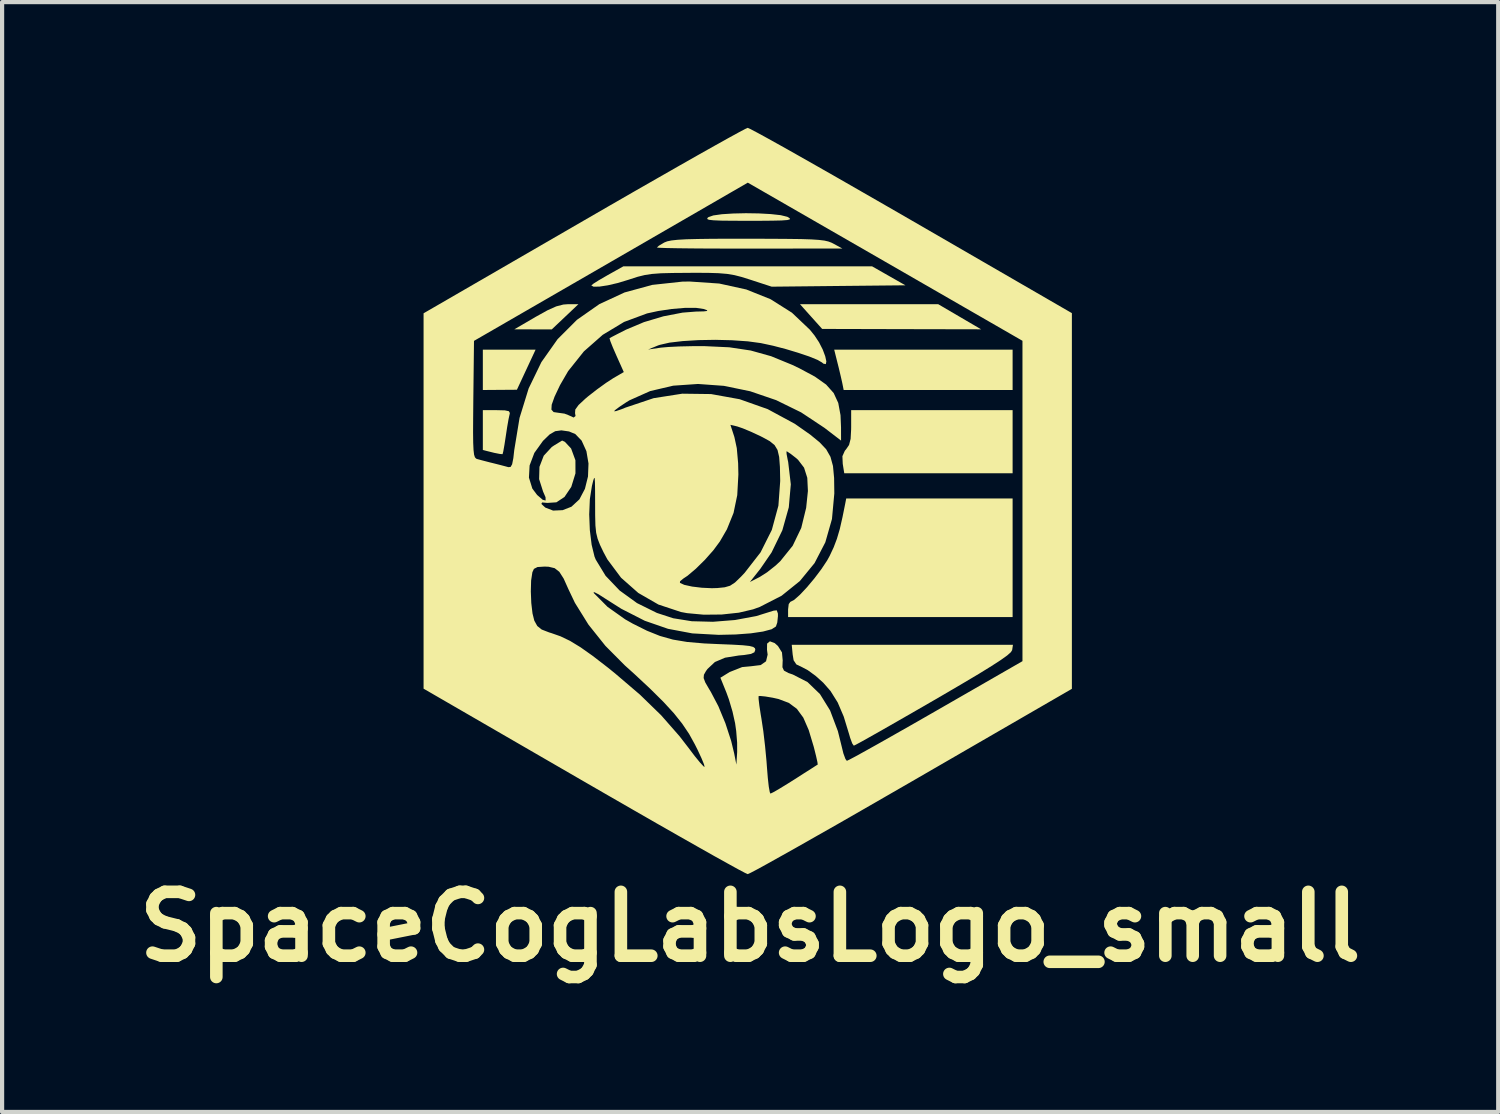
<source format=kicad_pcb>
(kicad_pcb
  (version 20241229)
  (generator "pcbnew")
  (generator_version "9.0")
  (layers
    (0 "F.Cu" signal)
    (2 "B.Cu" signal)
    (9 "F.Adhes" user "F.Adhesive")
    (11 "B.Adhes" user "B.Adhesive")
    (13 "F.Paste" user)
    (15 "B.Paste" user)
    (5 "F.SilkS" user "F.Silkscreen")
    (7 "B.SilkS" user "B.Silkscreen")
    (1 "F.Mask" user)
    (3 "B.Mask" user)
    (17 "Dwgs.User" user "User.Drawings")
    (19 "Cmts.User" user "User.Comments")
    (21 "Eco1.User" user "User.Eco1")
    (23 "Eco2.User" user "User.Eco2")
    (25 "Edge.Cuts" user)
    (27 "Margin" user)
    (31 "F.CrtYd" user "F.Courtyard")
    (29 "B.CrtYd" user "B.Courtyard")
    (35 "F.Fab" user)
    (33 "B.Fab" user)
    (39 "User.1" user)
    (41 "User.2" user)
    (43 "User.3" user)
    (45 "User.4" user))
  (footprint "SpaceCogLabsLogo_small"
    (layer "F.Cu")
    (at 14.79 8.903)
    (property "Reference" "SpaceCogLabsLogo_small" (at 0.058 10.16 0) (layer "F.SilkS") (effects (font (size 1.524 1.524) (thickness 0.3))))
    (attr board_only exclude_from_pos_files exclude_from_bom)
    (fp_poly (pts (xy -5.507 -2.654) (xy -5.914 -2.651) (xy -6.32 -2.648) (xy -6.32 -3.611) (xy -5.061 -3.611)) (stroke (width 0) (type solid)) (fill yes) (layer "F.SilkS"))
    (fp_poly (pts (xy 5.568 -4.096) (xy 3.672 -4.1) (xy 1.776 -4.105) (xy 1.511 -4.4) (xy 1.247 -4.695) (xy 4.545 -4.695)) (stroke (width 0) (type solid)) (fill yes) (layer "F.SilkS"))
    (fp_poly (pts (xy -4.676 -4.093) (xy -5.568 -4.096) (xy -5.056 -4.395) (xy -4.779 -4.549) (xy -4.569 -4.643) (xy -4.399 -4.687) (xy -4.293 -4.695) (xy -4.04 -4.695)) (stroke (width 0) (type solid)) (fill yes) (layer "F.SilkS"))
    (fp_poly (pts (xy 6.32 -2.648) (xy 2.289 -2.648) (xy 2.256 -2.814) (xy 2.221 -2.969) (xy 2.171 -3.18) (xy 2.142 -3.295) (xy 2.063 -3.611) (xy 6.32 -3.611)) (stroke (width 0) (type solid)) (fill yes) (layer "F.SilkS"))
    (fp_poly (pts (xy 6.32 -0.662) (xy 2.303 -0.662) (xy 2.267 -0.886) (xy 2.259 -1.068) (xy 2.317 -1.198) (xy 2.349 -1.236) (xy 2.418 -1.338) (xy 2.455 -1.482) (xy 2.467 -1.703) (xy 2.468 -1.764) (xy 2.468 -2.167) (xy 6.32 -2.167)) (stroke (width 0) (type solid)) (fill yes) (layer "F.SilkS"))
    (fp_poly (pts (xy -5.794 -2.162) (xy -5.699 -2.142) (xy -5.675 -2.099) (xy -5.683 -2.061) (xy -5.707 -1.95) (xy -5.74 -1.761) (xy -5.773 -1.543) (xy -5.805 -1.336) (xy -5.832 -1.184) (xy -5.849 -1.118) (xy -5.85 -1.117) (xy -5.914 -1.122) (xy -6.051 -1.149) (xy -6.094 -1.16) (xy -6.32 -1.216) (xy -6.32 -2.167) (xy -5.985 -2.167)) (stroke (width 0) (type solid)) (fill yes) (layer "F.SilkS"))
    (fp_poly (pts (xy 6.32 2.769) (xy 0.963 2.769) (xy 0.963 2.588) (xy 0.978 2.461) (xy 1.015 2.408) (xy 1.015 2.408) (xy 1.106 2.361) (xy 1.245 2.238) (xy 1.412 2.06) (xy 1.589 1.849) (xy 1.756 1.628) (xy 1.894 1.421) (xy 1.954 1.312) (xy 2.051 1.105) (xy 2.128 0.902) (xy 2.196 0.672) (xy 2.262 0.382) (xy 2.324 0.075) (xy 2.35 -0.06) (xy 6.32 -0.06)) (stroke (width 0) (type solid)) (fill yes) (layer "F.SilkS"))
    (fp_poly (pts (xy 0.266 -6.861) (xy 0.553 -6.845) (xy 0.787 -6.819) (xy 0.942 -6.781) (xy 0.963 -6.771) (xy 1.006 -6.741) (xy 1.003 -6.718) (xy 0.942 -6.703) (xy 0.808 -6.693) (xy 0.588 -6.688) (xy 0.27 -6.685) (xy 0.03 -6.685) (xy -0.354 -6.686) (xy -0.632 -6.689) (xy -0.818 -6.697) (xy -0.925 -6.709) (xy -0.967 -6.728) (xy -0.958 -6.755) (xy -0.936 -6.773) (xy -0.821 -6.813) (xy -0.615 -6.842) (xy -0.346 -6.859) (xy -0.043 -6.866)) (stroke (width 0) (type solid)) (fill yes) (layer "F.SilkS"))
    (fp_poly (pts (xy 0.012 -6.257) (xy 0.533 -6.256) (xy 0.948 -6.253) (xy 1.271 -6.249) (xy 1.516 -6.241) (xy 1.697 -6.229) (xy 1.829 -6.213) (xy 1.924 -6.191) (xy 1.999 -6.163) (xy 2.046 -6.139) (xy 2.257 -6.024) (xy 0.045 -6.021) (xy -0.457 -6.022) (xy -0.92 -6.023) (xy -1.329 -6.026) (xy -1.672 -6.03) (xy -1.934 -6.035) (xy -2.104 -6.041) (xy -2.167 -6.047) (xy -2.167 -6.048) (xy -2.119 -6.091) (xy -2.003 -6.16) (xy -1.989 -6.168) (xy -1.92 -6.195) (xy -1.819 -6.216) (xy -1.672 -6.232) (xy -1.468 -6.244) (xy -1.192 -6.251) (xy -0.831 -6.256) (xy -0.372 -6.257)) (stroke (width 0) (type solid)) (fill yes) (layer "F.SilkS"))
    (fp_poly (pts (xy 3.365 -5.372) (xy 3.762 -5.146) (xy 2.167 -5.13) (xy 0.572 -5.113) (xy 0.06 -5.28) (xy -0.143 -5.344) (xy -0.318 -5.389) (xy -0.493 -5.418) (xy -0.696 -5.435) (xy -0.955 -5.443) (xy -1.298 -5.444) (xy -1.414 -5.443) (xy -1.788 -5.44) (xy -2.069 -5.433) (xy -2.284 -5.417) (xy -2.461 -5.39) (xy -2.627 -5.349) (xy -2.81 -5.29) (xy -2.846 -5.278) (xy -3.096 -5.202) (xy -3.336 -5.146) (xy -3.539 -5.115) (xy -3.68 -5.113) (xy -3.732 -5.143) (xy -3.683 -5.184) (xy -3.555 -5.265) (xy -3.374 -5.37) (xy -3.35 -5.384) (xy -2.968 -5.598) (xy 2.968 -5.598)) (stroke (width 0) (type solid)) (fill yes) (layer "F.SilkS"))
    (fp_poly (pts (xy 6.309 3.558) (xy 6.278 3.608) (xy 6.191 3.685) (xy 6.04 3.793) (xy 5.818 3.937) (xy 5.517 4.123) (xy 5.128 4.354) (xy 4.645 4.637) (xy 4.43 4.762) (xy 4 5.01) (xy 3.603 5.238) (xy 3.25 5.44) (xy 2.955 5.607) (xy 2.729 5.734) (xy 2.583 5.813) (xy 2.531 5.838) (xy 2.494 5.786) (xy 2.445 5.654) (xy 2.423 5.578) (xy 2.291 5.145) (xy 2.146 4.806) (xy 1.974 4.532) (xy 1.802 4.336) (xy 1.619 4.172) (xy 1.433 4.037) (xy 1.301 3.967) (xy 1.16 3.899) (xy 1.095 3.801) (xy 1.072 3.661) (xy 1.05 3.431) (xy 6.328 3.431)) (stroke (width 0) (type solid)) (fill yes) (layer "F.SilkS"))
    (fp_poly (pts (xy 0.066 -8.873) (xy 0.227 -8.788) (xy 0.476 -8.652) (xy 0.803 -8.47) (xy 1.201 -8.246) (xy 1.661 -7.985) (xy 2.175 -7.692) (xy 2.734 -7.371) (xy 3.331 -7.028) (xy 3.912 -6.693) (xy 7.734 -4.482) (xy 7.734 4.482) (xy 3.912 6.693) (xy 3.289 7.052) (xy 2.695 7.394) (xy 2.139 7.713) (xy 1.628 8.003) (xy 1.172 8.262) (xy 0.778 8.483) (xy 0.456 8.663) (xy 0.213 8.796) (xy 0.058 8.877) (xy 0 8.903) (xy -0.066 8.873) (xy -0.227 8.788) (xy -0.475 8.651) (xy -0.803 8.469) (xy -1.201 8.244) (xy -1.661 7.983) (xy -2.175 7.69) (xy -2.734 7.369) (xy -3.33 7.026) (xy -3.912 6.69) (xy -7.734 4.478) (xy -7.734 2.158) (xy -5.175 2.158) (xy -5.164 2.435) (xy -5.135 2.683) (xy -5.092 2.855) (xy -5.021 2.983) (xy -4.916 3.067) (xy -4.738 3.136) (xy -4.685 3.152) (xy -4.466 3.229) (xy -4.239 3.338) (xy -3.988 3.491) (xy -3.694 3.699) (xy -3.338 3.974) (xy -3.166 4.113) (xy -2.571 4.621) (xy -2.066 5.112) (xy -1.629 5.61) (xy -1.415 5.887) (xy -1.263 6.088) (xy -1.136 6.243) (xy -1.053 6.332) (xy -1.029 6.346) (xy -1.043 6.284) (xy -1.102 6.14) (xy -1.195 5.939) (xy -1.263 5.804) (xy -1.4 5.556) (xy -1.563 5.314) (xy -1.762 5.064) (xy -2.012 4.792) (xy -2.325 4.482) (xy -2.713 4.12) (xy -2.932 3.923) (xy -3.395 3.457) (xy -3.8 2.95) (xy -4.123 2.43) (xy -4.277 2.107) (xy -4.392 1.851) (xy -4.495 1.69) (xy -4.607 1.603) (xy -4.75 1.569) (xy -4.848 1.565) (xy -5.016 1.576) (xy -5.101 1.62) (xy -5.138 1.7) (xy -5.168 1.898) (xy -5.175 2.158) (xy -7.734 2.158) (xy -7.734 -0.558) (xy -5.22 -0.558) (xy -5.139 -0.296) (xy -5.025 -0.144) (xy -4.891 -0.028) (xy -4.822 -0.011) (xy -4.824 -0.09) (xy -4.882 -0.223) (xy -4.977 -0.521) (xy -4.969 -0.815) (xy -4.867 -1.08) (xy -4.675 -1.288) (xy -4.623 -1.323) (xy -4.428 -1.442) (xy -4.362 -1.411) (xy -4.216 -1.254) (xy -4.212 -1.247) (xy -4.111 -0.972) (xy -4.11 -0.659) (xy -4.209 -0.339) (xy -4.214 -0.33) (xy -4.372 -0.096) (xy -4.565 0.032) (xy -4.781 0.046) (xy -4.907 0.035) (xy -4.923 0.071) (xy -4.83 0.157) (xy -4.644 0.229) (xy -4.416 0.219) (xy -4.206 0.137) (xy -4.016 -0.039) (xy -3.884 -0.29) (xy -3.811 -0.585) (xy -3.799 -0.895) (xy -3.849 -1.189) (xy -3.963 -1.44) (xy -4.114 -1.597) (xy -4.263 -1.659) (xy -4.445 -1.685) (xy -4.447 -1.685) (xy -4.593 -1.665) (xy -4.726 -1.588) (xy -4.885 -1.434) (xy -5.091 -1.147) (xy -5.204 -0.848) (xy -5.22 -0.558) (xy -7.734 -0.558) (xy -7.734 -1.64) (xy -6.553 -1.64) (xy -6.55 -1.39) (xy -6.542 -1.217) (xy -6.529 -1.106) (xy -6.509 -1.043) (xy -6.48 -1.011) (xy -6.456 -1.001) (xy -6.334 -0.968) (xy -6.153 -0.921) (xy -6.079 -0.903) (xy -5.893 -0.856) (xy -5.746 -0.817) (xy -5.711 -0.807) (xy -5.658 -0.812) (xy -5.621 -0.876) (xy -5.592 -1.023) (xy -5.571 -1.21) (xy -5.444 -1.983) (xy -5.383 -2.18) (xy -4.684 -2.18) (xy -4.631 -2.121) (xy -4.529 -2.106) (xy -4.371 -2.084) (xy -4.273 -2.046) (xy -4.153 -1.991) (xy -4.108 -2.027) (xy -4.12 -2.098) (xy -4.114 -2.182) (xy -4.036 -2.29) (xy -3.874 -2.441) (xy -3.81 -2.495) (xy -3.596 -2.662) (xy -3.377 -2.82) (xy -3.211 -2.928) (xy -2.957 -3.076) (xy -3.135 -3.473) (xy -3.22 -3.668) (xy -3.278 -3.814) (xy -3.297 -3.882) (xy -3.297 -3.884) (xy -3.239 -3.916) (xy -3.102 -3.987) (xy -2.914 -4.082) (xy -2.898 -4.09) (xy -2.477 -4.267) (xy -2.012 -4.406) (xy -1.555 -4.494) (xy -1.239 -4.519) (xy -1.048 -4.524) (xy -0.964 -4.534) (xy -0.976 -4.554) (xy -1.053 -4.581) (xy -1.236 -4.608) (xy -1.501 -4.607) (xy -1.812 -4.581) (xy -2.135 -4.533) (xy -2.402 -4.475) (xy -2.95 -4.272) (xy -3.459 -3.965) (xy -3.909 -3.569) (xy -4.285 -3.098) (xy -4.478 -2.765) (xy -4.609 -2.488) (xy -4.677 -2.297) (xy -4.684 -2.18) (xy -5.383 -2.18) (xy -5.227 -2.685) (xy -4.923 -3.313) (xy -4.537 -3.86) (xy -4.075 -4.322) (xy -3.541 -4.696) (xy -2.94 -4.975) (xy -2.277 -5.156) (xy -1.556 -5.234) (xy -1.384 -5.236) (xy -0.68 -5.188) (xy -0.033 -5.046) (xy 0.547 -4.813) (xy 1.055 -4.492) (xy 1.483 -4.086) (xy 1.593 -3.95) (xy 1.702 -3.785) (xy 1.79 -3.612) (xy 1.849 -3.453) (xy 1.876 -3.33) (xy 1.863 -3.265) (xy 1.804 -3.277) (xy 1.773 -3.304) (xy 1.664 -3.367) (xy 1.465 -3.448) (xy 1.203 -3.536) (xy 0.908 -3.625) (xy 0.605 -3.704) (xy 0.322 -3.765) (xy 0.32 -3.766) (xy 0.002 -3.809) (xy -0.372 -3.835) (xy -0.775 -3.845) (xy -1.177 -3.838) (xy -1.55 -3.815) (xy -1.867 -3.778) (xy -2.098 -3.725) (xy -2.137 -3.712) (xy -2.377 -3.614) (xy -2.077 -3.658) (xy -1.896 -3.674) (xy -1.632 -3.687) (xy -1.32 -3.694) (xy -1.023 -3.694) (xy -0.441 -3.667) (xy 0.072 -3.59) (xy 0.558 -3.454) (xy 1.063 -3.247) (xy 1.234 -3.165) (xy 1.603 -2.967) (xy 1.87 -2.778) (xy 2.051 -2.575) (xy 2.16 -2.339) (xy 2.214 -2.047) (xy 2.226 -1.759) (xy 2.227 -1.441) (xy 1.832 -1.744) (xy 1.274 -2.114) (xy 0.678 -2.406) (xy 0.058 -2.618) (xy -0.568 -2.747) (xy -1.186 -2.792) (xy -1.778 -2.751) (xy -2.328 -2.622) (xy -2.821 -2.402) (xy -2.904 -2.351) (xy -3.06 -2.247) (xy -3.164 -2.169) (xy -3.19 -2.14) (xy -3.141 -2.145) (xy -3.015 -2.188) (xy -2.916 -2.228) (xy -2.245 -2.453) (xy -1.562 -2.56) (xy -0.875 -2.551) (xy -0.193 -2.428) (xy 0.477 -2.191) (xy 1.124 -1.841) (xy 1.489 -1.585) (xy 1.713 -1.402) (xy 1.871 -1.235) (xy 1.974 -1.054) (xy 2.034 -0.835) (xy 2.061 -0.549) (xy 2.066 -0.181) (xy 2.01 0.43) (xy 1.851 0.987) (xy 1.594 1.483) (xy 1.244 1.91) (xy 0.808 2.261) (xy 0.289 2.527) (xy 0.129 2.585) (xy -0.212 2.665) (xy -0.621 2.709) (xy -1.049 2.713) (xy -1.448 2.676) (xy -1.593 2.649) (xy -2.13 2.471) (xy -2.611 2.194) (xy -2.884 1.953) (xy -1.618 1.953) (xy -1.514 2.001) (xy -1.327 2.042) (xy -1.095 2.07) (xy -0.856 2.081) (xy -0.722 2.077) (xy -0.548 2.059) (xy -0.421 2.022) (xy -0.304 1.945) (xy -0.291 1.933) (xy 0.052 1.933) (xy 0.285 1.814) (xy 0.461 1.702) (xy 0.662 1.543) (xy 0.776 1.437) (xy 1.073 1.068) (xy 1.277 0.643) (xy 1.394 0.164) (xy 1.436 -0.239) (xy 1.421 -0.553) (xy 1.344 -0.795) (xy 1.201 -0.982) (xy 1.159 -1.02) (xy 1.027 -1.123) (xy 0.941 -1.18) (xy 0.925 -1.185) (xy 0.927 -1.123) (xy 0.953 -0.986) (xy 0.965 -0.931) (xy 1.028 -0.398) (xy 0.98 0.151) (xy 0.826 0.699) (xy 0.569 1.228) (xy 0.302 1.617) (xy 0.052 1.933) (xy -0.291 1.933) (xy -0.161 1.807) (xy -0.074 1.715) (xy 0.306 1.226) (xy 0.575 0.69) (xy 0.732 0.112) (xy 0.775 -0.477) (xy 0.768 -0.813) (xy 0.75 -1.051) (xy 0.711 -1.217) (xy 0.64 -1.334) (xy 0.526 -1.427) (xy 0.36 -1.518) (xy 0.301 -1.548) (xy 0.082 -1.65) (xy -0.117 -1.733) (xy -0.252 -1.779) (xy -0.413 -1.817) (xy -0.318 -1.525) (xy -0.261 -1.261) (xy -0.229 -0.903) (xy -0.223 -0.632) (xy -0.25 -0.139) (xy -0.338 0.284) (xy -0.497 0.677) (xy -0.665 0.967) (xy -0.819 1.175) (xy -1.02 1.402) (xy -1.237 1.616) (xy -1.436 1.784) (xy -1.535 1.85) (xy -1.614 1.915) (xy -1.618 1.953) (xy -2.884 1.953) (xy -3.022 1.831) (xy -3.349 1.393) (xy -3.441 1.222) (xy -3.525 1.046) (xy -3.581 0.902) (xy -3.616 0.759) (xy -3.634 0.584) (xy -3.64 0.347) (xy -3.641 0.068) (xy -3.642 -0.24) (xy -3.645 -0.438) (xy -3.651 -0.539) (xy -3.664 -0.551) (xy -3.686 -0.488) (xy -3.717 -0.36) (xy -3.718 -0.355) (xy -3.767 -0.042) (xy -3.782 0.321) (xy -3.767 0.697) (xy -3.724 1.045) (xy -3.655 1.328) (xy -3.626 1.399) (xy -3.391 1.785) (xy -3.056 2.136) (xy -2.642 2.436) (xy -2.167 2.671) (xy -1.778 2.798) (xy -1.335 2.869) (xy -0.83 2.882) (xy -0.303 2.84) (xy 0.204 2.746) (xy 0.617 2.617) (xy 0.693 2.609) (xy 0.72 2.685) (xy 0.721 2.747) (xy 0.705 2.9) (xy 0.673 2.994) (xy 0.571 3.06) (xy 0.365 3.115) (xy 0.073 3.158) (xy -0.29 3.185) (xy -0.692 3.194) (xy -1.323 3.159) (xy -1.902 3.05) (xy -2.456 2.858) (xy -3.016 2.572) (xy -3.401 2.328) (xy -3.56 2.226) (xy -3.659 2.176) (xy -3.68 2.185) (xy -3.672 2.197) (xy -3.346 2.525) (xy -2.924 2.824) (xy -2.744 2.926) (xy -2.403 3.096) (xy -2.094 3.22) (xy -1.785 3.307) (xy -1.444 3.364) (xy -1.037 3.399) (xy -0.707 3.414) (xy -0.361 3.428) (xy -0.118 3.442) (xy 0.041 3.459) (xy 0.131 3.482) (xy 0.172 3.513) (xy 0.181 3.55) (xy 0.159 3.61) (xy 0.078 3.649) (xy -0.086 3.675) (xy -0.211 3.686) (xy -0.541 3.739) (xy -0.783 3.842) (xy -0.96 4.008) (xy -0.998 4.061) (xy -1.045 4.145) (xy -1.052 4.224) (xy -1.013 4.329) (xy -0.918 4.493) (xy -0.879 4.557) (xy -0.701 4.896) (xy -0.533 5.302) (xy -0.395 5.725) (xy -0.323 6.024) (xy -0.271 6.29) (xy -0.252 5.991) (xy -0.253 5.762) (xy -0.275 5.488) (xy -0.301 5.304) (xy -0.363 5.025) (xy -0.451 4.728) (xy -0.454 4.721) (xy 0.259 4.721) (xy 0.277 4.876) (xy 0.31 5.093) (xy 0.327 5.193) (xy 0.372 5.492) (xy 0.414 5.85) (xy 0.448 6.208) (xy 0.458 6.345) (xy 0.479 6.606) (xy 0.502 6.814) (xy 0.526 6.947) (xy 0.542 6.982) (xy 0.607 6.951) (xy 0.75 6.869) (xy 0.948 6.748) (xy 1.12 6.64) (xy 1.341 6.498) (xy 1.521 6.384) (xy 1.637 6.309) (xy 1.67 6.289) (xy 1.663 6.231) (xy 1.631 6.087) (xy 1.581 5.887) (xy 1.575 5.864) (xy 1.455 5.465) (xy 1.326 5.169) (xy 1.172 4.959) (xy 0.98 4.817) (xy 0.735 4.725) (xy 0.597 4.694) (xy 0.417 4.664) (xy 0.293 4.652) (xy 0.259 4.656) (xy 0.259 4.721) (xy -0.454 4.721) (xy -0.51 4.567) (xy -0.652 4.217) (xy -0.431 4.081) (xy -0.133 3.963) (xy 0.079 3.943) (xy 0.308 3.915) (xy 0.437 3.825) (xy 0.475 3.666) (xy 0.46 3.551) (xy 0.462 3.403) (xy 0.529 3.348) (xy 0.644 3.391) (xy 0.721 3.46) (xy 0.817 3.613) (xy 0.835 3.809) (xy 0.833 3.827) (xy 0.828 3.967) (xy 0.865 4.047) (xy 0.97 4.104) (xy 1.077 4.141) (xy 1.426 4.32) (xy 1.723 4.606) (xy 1.965 4.997) (xy 2.151 5.491) (xy 2.235 5.829) (xy 2.282 6.021) (xy 2.331 6.155) (xy 2.365 6.2) (xy 2.428 6.17) (xy 2.583 6.088) (xy 2.82 5.957) (xy 3.126 5.786) (xy 3.49 5.58) (xy 3.902 5.346) (xy 4.349 5.09) (xy 4.487 5.011) (xy 6.555 3.822) (xy 6.555 0) (xy 6.555 -3.822) (xy 3.279 -5.709) (xy 0.002 -7.595) (xy -3.264 -5.707) (xy -6.531 -3.82) (xy -6.547 -2.426) (xy -6.551 -1.98) (xy -6.553 -1.64) (xy -7.734 -1.64) (xy -7.734 -4.478) (xy -3.912 -6.69) (xy -3.289 -7.05) (xy -2.695 -7.392) (xy -2.139 -7.71) (xy -1.628 -8.002) (xy -1.172 -8.261) (xy -0.779 -8.482) (xy -0.456 -8.662) (xy -0.213 -8.795) (xy -0.058 -8.877) (xy 0 -8.903)) (stroke (width 0) (type solid)) (fill yes) (layer "F.SilkS")))
  (gr_rect
    (start -3 -3)
    (end 32.696 23.481)
    (stroke (width 0.1) (type default))
    (fill no)
    (layer "Edge.Cuts")))
</source>
